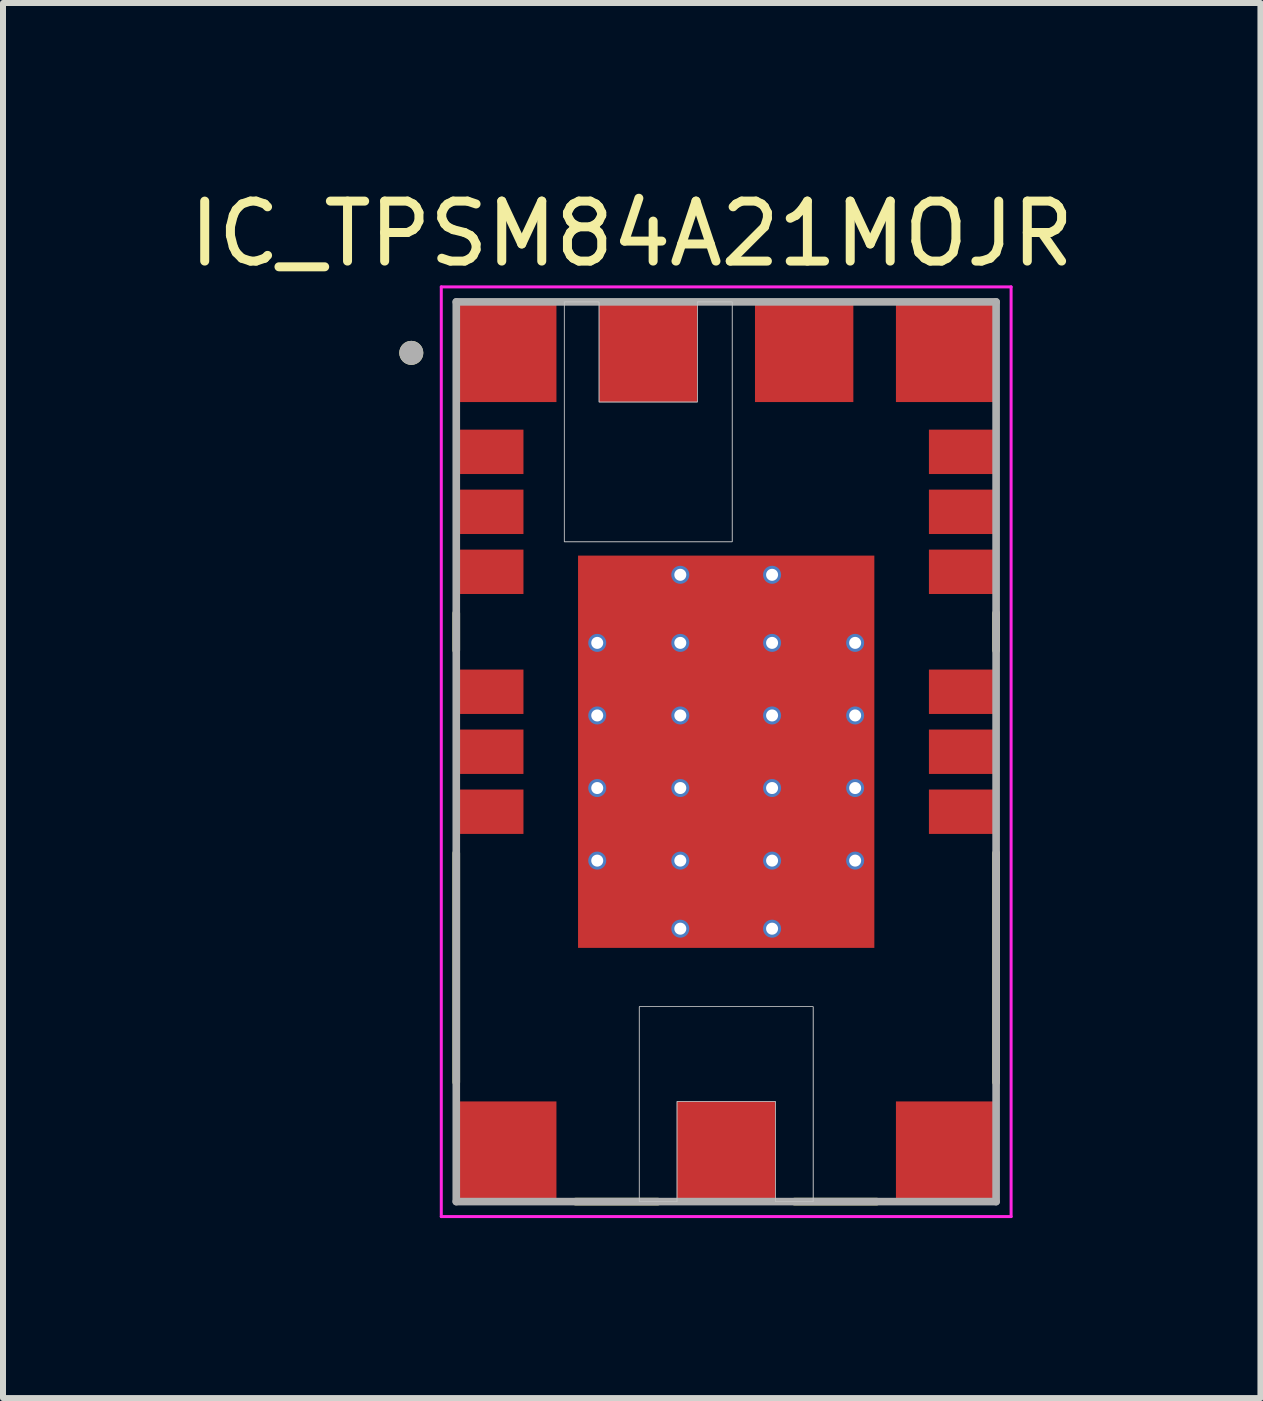
<source format=kicad_pcb>
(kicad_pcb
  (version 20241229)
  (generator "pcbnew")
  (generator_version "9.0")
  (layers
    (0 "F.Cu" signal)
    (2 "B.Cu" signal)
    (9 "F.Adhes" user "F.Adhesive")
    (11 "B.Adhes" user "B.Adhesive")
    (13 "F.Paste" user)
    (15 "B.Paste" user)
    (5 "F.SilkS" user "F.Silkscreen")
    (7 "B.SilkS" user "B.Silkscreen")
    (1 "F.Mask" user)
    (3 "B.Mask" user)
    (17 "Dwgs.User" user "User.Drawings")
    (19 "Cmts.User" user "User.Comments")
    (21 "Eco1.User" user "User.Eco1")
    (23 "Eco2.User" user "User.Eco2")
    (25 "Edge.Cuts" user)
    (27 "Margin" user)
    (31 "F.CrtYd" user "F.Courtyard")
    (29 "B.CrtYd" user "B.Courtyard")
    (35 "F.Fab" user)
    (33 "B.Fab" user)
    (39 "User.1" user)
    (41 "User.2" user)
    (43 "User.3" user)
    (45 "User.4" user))
  (footprint "IC_TPSM84A21MOJR"
    (layer "F.Cu")
    (at 9.057 9.483)
    (property "Reference" "IC_TPSM84A21MOJR" (at -1.575 -8.635 0) (layer "F.SilkS") (effects (font (size 1 1) (thickness 0.15))))
    (attr through_hole)
    (fp_poly (pts (xy -4.4 -7.4) (xy -2.9 -7.4) (xy -2.9 -5.9) (xy -4.4 -5.9)) (stroke (width 0.01) (type solid)) (fill yes) (layer "F.Mask"))
    (fp_poly (pts (xy -4.4 -5.3) (xy -3.45 -5.3) (xy -3.45 -4.7) (xy -4.4 -4.7)) (stroke (width 0.01) (type solid)) (fill yes) (layer "F.Mask"))
    (fp_poly (pts (xy -4.4 -4.3) (xy -3.45 -4.3) (xy -3.45 -3.7) (xy -4.4 -3.7)) (stroke (width 0.01) (type solid)) (fill yes) (layer "F.Mask"))
    (fp_poly (pts (xy -4.4 -3.3) (xy -3.45 -3.3) (xy -3.45 -2.7) (xy -4.4 -2.7)) (stroke (width 0.01) (type solid)) (fill yes) (layer "F.Mask"))
    (fp_poly (pts (xy -4.4 -1.3) (xy -3.45 -1.3) (xy -3.45 -0.7) (xy -4.4 -0.7)) (stroke (width 0.01) (type solid)) (fill yes) (layer "F.Mask"))
    (fp_poly (pts (xy -4.4 -0.3) (xy -3.45 -0.3) (xy -3.45 0.3) (xy -4.4 0.3)) (stroke (width 0.01) (type solid)) (fill yes) (layer "F.Mask"))
    (fp_poly (pts (xy -4.4 0.7) (xy -3.45 0.7) (xy -3.45 1.3) (xy -4.4 1.3)) (stroke (width 0.01) (type solid)) (fill yes) (layer "F.Mask"))
    (fp_poly (pts (xy -4.4 5.9) (xy -2.9 5.9) (xy -2.9 7.4) (xy -4.4 7.4)) (stroke (width 0.01) (type solid)) (fill yes) (layer "F.Mask"))
    (fp_poly (pts (xy -2.4 -3.2) (xy 2.4 -3.2) (xy 2.4 3.2) (xy -2.4 3.2)) (stroke (width 0.01) (type solid)) (fill yes) (layer "F.Mask"))
    (fp_poly (pts (xy -2.05 -7.4) (xy -0.55 -7.4) (xy -0.55 -5.9) (xy -2.05 -5.9)) (stroke (width 0.01) (type solid)) (fill yes) (layer "F.Mask"))
    (fp_poly (pts (xy -0.75 5.9) (xy 0.75 5.9) (xy 0.75 7.4) (xy -0.75 7.4)) (stroke (width 0.01) (type solid)) (fill yes) (layer "F.Mask"))
    (fp_poly (pts (xy 0.55 -7.4) (xy 2.05 -7.4) (xy 2.05 -5.9) (xy 0.55 -5.9)) (stroke (width 0.01) (type solid)) (fill yes) (layer "F.Mask"))
    (fp_poly (pts (xy 2.9 -7.4) (xy 4.4 -7.4) (xy 4.4 -5.9) (xy 2.9 -5.9)) (stroke (width 0.01) (type solid)) (fill yes) (layer "F.Mask"))
    (fp_poly (pts (xy 2.9 5.9) (xy 4.4 5.9) (xy 4.4 7.4) (xy 2.9 7.4)) (stroke (width 0.01) (type solid)) (fill yes) (layer "F.Mask"))
    (fp_poly (pts (xy 3.45 -5.3) (xy 4.4 -5.3) (xy 4.4 -4.7) (xy 3.45 -4.7)) (stroke (width 0.01) (type solid)) (fill yes) (layer "F.Mask"))
    (fp_poly (pts (xy 3.45 -4.3) (xy 4.4 -4.3) (xy 4.4 -3.7) (xy 3.45 -3.7)) (stroke (width 0.01) (type solid)) (fill yes) (layer "F.Mask"))
    (fp_poly (pts (xy 3.45 -3.3) (xy 4.4 -3.3) (xy 4.4 -2.7) (xy 3.45 -2.7)) (stroke (width 0.01) (type solid)) (fill yes) (layer "F.Mask"))
    (fp_poly (pts (xy 3.45 -1.3) (xy 4.4 -1.3) (xy 4.4 -0.7) (xy 3.45 -0.7)) (stroke (width 0.01) (type solid)) (fill yes) (layer "F.Mask"))
    (fp_poly (pts (xy 3.45 -0.3) (xy 4.4 -0.3) (xy 4.4 0.3) (xy 3.45 0.3)) (stroke (width 0.01) (type solid)) (fill yes) (layer "F.Mask"))
    (fp_poly (pts (xy 3.45 0.7) (xy 4.4 0.7) (xy 4.4 1.3) (xy 3.45 1.3)) (stroke (width 0.01) (type solid)) (fill yes) (layer "F.Mask"))
    (fp_line (start -4.5 -1.69) (end -4.5 -2.31) (stroke (width 0.127) (type solid)) (layer "F.SilkS"))
    (fp_line (start -4.5 1.69) (end -4.5 5.51) (stroke (width 0.127) (type solid)) (layer "F.SilkS"))
    (fp_line (start -2.51 7.5) (end -1.14 7.5) (stroke (width 0.127) (type solid)) (layer "F.SilkS"))
    (fp_line (start 1.14 7.5) (end 2.51 7.5) (stroke (width 0.127) (type solid)) (layer "F.SilkS"))
    (fp_line (start 4.5 -2.31) (end 4.5 -1.69) (stroke (width 0.127) (type solid)) (layer "F.SilkS"))
    (fp_line (start 4.5 5.51) (end 4.5 1.69) (stroke (width 0.127) (type solid)) (layer "F.SilkS"))
    (fp_circle (center -5.25 -6.65) (end -5.15 -6.65) (stroke (width 0.2) (type solid)) (fill no) (layer "F.SilkS"))
    (fp_poly (pts (xy -4.4 -5.3) (xy -3.45 -5.3) (xy -3.45 -4.7) (xy -4.4 -4.7)) (stroke (width 0.01) (type solid)) (fill yes) (layer "F.Paste"))
    (fp_poly (pts (xy -4.4 -4.3) (xy -3.45 -4.3) (xy -3.45 -3.7) (xy -4.4 -3.7)) (stroke (width 0.01) (type solid)) (fill yes) (layer "F.Paste"))
    (fp_poly (pts (xy -4.4 -3.3) (xy -3.45 -3.3) (xy -3.45 -2.7) (xy -4.4 -2.7)) (stroke (width 0.01) (type solid)) (fill yes) (layer "F.Paste"))
    (fp_poly (pts (xy -4.4 -1.3) (xy -3.45 -1.3) (xy -3.45 -0.7) (xy -4.4 -0.7)) (stroke (width 0.01) (type solid)) (fill yes) (layer "F.Paste"))
    (fp_poly (pts (xy -4.4 -0.3) (xy -3.45 -0.3) (xy -3.45 0.3) (xy -4.4 0.3)) (stroke (width 0.01) (type solid)) (fill yes) (layer "F.Paste"))
    (fp_poly (pts (xy -4.4 0.7) (xy -3.45 0.7) (xy -3.45 1.3) (xy -4.4 1.3)) (stroke (width 0.01) (type solid)) (fill yes) (layer "F.Paste"))
    (fp_poly (pts (xy -4.36 -7.36) (xy -2.94 -7.36) (xy -2.94 -5.94) (xy -4.36 -5.94)) (stroke (width 0.01) (type solid)) (fill yes) (layer "F.Paste"))
    (fp_poly (pts (xy -4.36 5.94) (xy -2.94 5.94) (xy -2.94 7.36) (xy -4.36 7.36)) (stroke (width 0.01) (type solid)) (fill yes) (layer "F.Paste"))
    (fp_poly (pts (xy -2.195 -2.925) (xy -0.865 -2.925) (xy -0.865 -1.915) (xy -2.195 -1.915)) (stroke (width 0.01) (type solid)) (fill yes) (layer "F.Paste"))
    (fp_poly (pts (xy -2.195 -1.715) (xy -0.865 -1.715) (xy -0.865 -0.705) (xy -2.195 -0.705)) (stroke (width 0.01) (type solid)) (fill yes) (layer "F.Paste"))
    (fp_poly (pts (xy -2.195 -0.505) (xy -0.865 -0.505) (xy -0.865 0.505) (xy -2.195 0.505)) (stroke (width 0.01) (type solid)) (fill yes) (layer "F.Paste"))
    (fp_poly (pts (xy -2.195 0.705) (xy -0.865 0.705) (xy -0.865 1.715) (xy -2.195 1.715)) (stroke (width 0.01) (type solid)) (fill yes) (layer "F.Paste"))
    (fp_poly (pts (xy -2.195 1.915) (xy -0.865 1.915) (xy -0.865 2.925) (xy -2.195 2.925)) (stroke (width 0.01) (type solid)) (fill yes) (layer "F.Paste"))
    (fp_poly (pts (xy -2.01 -7.36) (xy -0.59 -7.36) (xy -0.59 -5.94) (xy -2.01 -5.94)) (stroke (width 0.01) (type solid)) (fill yes) (layer "F.Paste"))
    (fp_poly (pts (xy -0.71 5.94) (xy 0.71 5.94) (xy 0.71 7.36) (xy -0.71 7.36)) (stroke (width 0.01) (type solid)) (fill yes) (layer "F.Paste"))
    (fp_poly (pts (xy -0.665 -2.925) (xy 0.665 -2.925) (xy 0.665 -1.915) (xy -0.665 -1.915)) (stroke (width 0.01) (type solid)) (fill yes) (layer "F.Paste"))
    (fp_poly (pts (xy -0.665 -1.715) (xy 0.665 -1.715) (xy 0.665 -0.705) (xy -0.665 -0.705)) (stroke (width 0.01) (type solid)) (fill yes) (layer "F.Paste"))
    (fp_poly (pts (xy -0.665 -0.505) (xy 0.665 -0.505) (xy 0.665 0.505) (xy -0.665 0.505)) (stroke (width 0.01) (type solid)) (fill yes) (layer "F.Paste"))
    (fp_poly (pts (xy -0.665 0.705) (xy 0.665 0.705) (xy 0.665 1.715) (xy -0.665 1.715)) (stroke (width 0.01) (type solid)) (fill yes) (layer "F.Paste"))
    (fp_poly (pts (xy -0.665 1.915) (xy 0.665 1.915) (xy 0.665 2.925) (xy -0.665 2.925)) (stroke (width 0.01) (type solid)) (fill yes) (layer "F.Paste"))
    (fp_poly (pts (xy 0.59 -7.36) (xy 2.01 -7.36) (xy 2.01 -5.94) (xy 0.59 -5.94)) (stroke (width 0.01) (type solid)) (fill yes) (layer "F.Paste"))
    (fp_poly (pts (xy 0.865 -2.925) (xy 2.195 -2.925) (xy 2.195 -1.915) (xy 0.865 -1.915)) (stroke (width 0.01) (type solid)) (fill yes) (layer "F.Paste"))
    (fp_poly (pts (xy 0.865 -1.715) (xy 2.195 -1.715) (xy 2.195 -0.705) (xy 0.865 -0.705)) (stroke (width 0.01) (type solid)) (fill yes) (layer "F.Paste"))
    (fp_poly (pts (xy 0.865 -0.505) (xy 2.195 -0.505) (xy 2.195 0.505) (xy 0.865 0.505)) (stroke (width 0.01) (type solid)) (fill yes) (layer "F.Paste"))
    (fp_poly (pts (xy 0.865 0.705) (xy 2.195 0.705) (xy 2.195 1.715) (xy 0.865 1.715)) (stroke (width 0.01) (type solid)) (fill yes) (layer "F.Paste"))
    (fp_poly (pts (xy 0.865 1.915) (xy 2.195 1.915) (xy 2.195 2.925) (xy 0.865 2.925)) (stroke (width 0.01) (type solid)) (fill yes) (layer "F.Paste"))
    (fp_poly (pts (xy 2.94 -7.36) (xy 4.36 -7.36) (xy 4.36 -5.94) (xy 2.94 -5.94)) (stroke (width 0.01) (type solid)) (fill yes) (layer "F.Paste"))
    (fp_poly (pts (xy 2.94 5.94) (xy 4.36 5.94) (xy 4.36 7.36) (xy 2.94 7.36)) (stroke (width 0.01) (type solid)) (fill yes) (layer "F.Paste"))
    (fp_poly (pts (xy 3.45 -5.3) (xy 4.4 -5.3) (xy 4.4 -4.7) (xy 3.45 -4.7)) (stroke (width 0.01) (type solid)) (fill yes) (layer "F.Paste"))
    (fp_poly (pts (xy 3.45 -4.3) (xy 4.4 -4.3) (xy 4.4 -3.7) (xy 3.45 -3.7)) (stroke (width 0.01) (type solid)) (fill yes) (layer "F.Paste"))
    (fp_poly (pts (xy 3.45 -3.3) (xy 4.4 -3.3) (xy 4.4 -2.7) (xy 3.45 -2.7)) (stroke (width 0.01) (type solid)) (fill yes) (layer "F.Paste"))
    (fp_poly (pts (xy 3.45 -1.3) (xy 4.4 -1.3) (xy 4.4 -0.7) (xy 3.45 -0.7)) (stroke (width 0.01) (type solid)) (fill yes) (layer "F.Paste"))
    (fp_poly (pts (xy 3.45 -0.3) (xy 4.4 -0.3) (xy 4.4 0.3) (xy 3.45 0.3)) (stroke (width 0.01) (type solid)) (fill yes) (layer "F.Paste"))
    (fp_poly (pts (xy 3.45 0.7) (xy 4.4 0.7) (xy 4.4 1.3) (xy 3.45 1.3)) (stroke (width 0.01) (type solid)) (fill yes) (layer "F.Paste"))
    (fp_poly (pts (xy -2.7 -7.5) (xy -2.7 -3.5) (xy 0.1 -3.5) (xy 0.1 -7.5) (xy -0.48 -7.5) (xy -0.48 -5.83) (xy -2.12 -5.83) (xy -2.12 -7.5)) (stroke (width 0.01) (type solid)) (fill no) (layer "Dwgs.User"))
    (fp_poly (pts (xy -2.7 -7.5) (xy -2.7 -3.5) (xy 0.1 -3.5) (xy 0.1 -7.5) (xy -0.48 -7.5) (xy -0.48 -5.83) (xy -2.12 -5.83) (xy -2.12 -7.5)) (stroke (width 0.01) (type solid)) (fill no) (layer "Dwgs.User"))
    (fp_poly (pts (xy -1.45 7.5) (xy -1.45 4.25) (xy 1.45 4.25) (xy 1.45 7.5) (xy 0.82 7.5) (xy 0.82 5.83) (xy -0.82 5.83) (xy -0.82 7.5)) (stroke (width 0.01) (type solid)) (fill no) (layer "Dwgs.User"))
    (fp_poly (pts (xy -1.45 7.5) (xy -1.45 4.25) (xy 1.45 4.25) (xy 1.45 7.5) (xy 0.82 7.5) (xy 0.82 5.83) (xy -0.82 5.83) (xy -0.82 7.5)) (stroke (width 0.01) (type solid)) (fill no) (layer "Dwgs.User"))
    (fp_line (start -4.75 -7.75) (end -4.75 7.75) (stroke (width 0.05) (type solid)) (layer "F.CrtYd"))
    (fp_line (start -4.75 7.75) (end 4.75 7.75) (stroke (width 0.05) (type solid)) (layer "F.CrtYd"))
    (fp_line (start 4.75 -7.75) (end -4.75 -7.75) (stroke (width 0.05) (type solid)) (layer "F.CrtYd"))
    (fp_line (start 4.75 7.75) (end 4.75 -7.75) (stroke (width 0.05) (type solid)) (layer "F.CrtYd"))
    (fp_line (start -4.5 -7.5) (end 4.5 -7.5) (stroke (width 0.127) (type solid)) (layer "F.Fab"))
    (fp_line (start -4.5 7.5) (end -4.5 -7.5) (stroke (width 0.127) (type solid)) (layer "F.Fab"))
    (fp_line (start 4.5 -7.5) (end 4.5 7.5) (stroke (width 0.127) (type solid)) (layer "F.Fab"))
    (fp_line (start 4.5 7.5) (end -4.5 7.5) (stroke (width 0.127) (type solid)) (layer "F.Fab"))
    (fp_circle (center -5.25 -6.65) (end -5.15 -6.65) (stroke (width 0.2) (type solid)) (fill no) (layer "F.Fab"))
    (pad "1" smd rect (at -3.65 -6.65) (size 1.64 1.64) (layers "F.Cu"))
    (pad "2" smd rect (at -3.925 -5) (size 1.09 0.74) (layers "F.Cu"))
    (pad "3" smd rect (at -3.925 -4) (size 1.09 0.74) (layers "F.Cu"))
    (pad "4" smd rect (at -3.925 -3) (size 1.09 0.74) (layers "F.Cu"))
    (pad "5" smd rect (at -3.925 -1) (size 1.09 0.74) (layers "F.Cu"))
    (pad "6" smd rect (at -3.925 0) (size 1.09 0.74) (layers "F.Cu"))
    (pad "7" smd rect (at -3.925 1) (size 1.09 0.74) (layers "F.Cu"))
    (pad "8" smd rect (at -3.65 6.65) (size 1.64 1.64) (layers "F.Cu"))
    (pad "9" smd rect (at 0 6.65) (size 1.64 1.64) (layers "F.Cu"))
    (pad "10" smd rect (at 3.65 6.65) (size 1.64 1.64) (layers "F.Cu"))
    (pad "11" smd rect (at 3.925 1) (size 1.09 0.74) (layers "F.Cu"))
    (pad "12" smd rect (at 3.925 0) (size 1.09 0.74) (layers "F.Cu"))
    (pad "13" smd rect (at 3.925 -1) (size 1.09 0.74) (layers "F.Cu"))
    (pad "14" smd rect (at 3.925 -3) (size 1.09 0.74) (layers "F.Cu"))
    (pad "15" smd rect (at 3.925 -4) (size 1.09 0.74) (layers "F.Cu"))
    (pad "16" smd rect (at 3.925 -5) (size 1.09 0.74) (layers "F.Cu"))
    (pad "17" smd rect (at 3.65 -6.65) (size 1.64 1.64) (layers "F.Cu"))
    (pad "18" smd rect (at 1.3 -6.65) (size 1.64 1.64) (layers "F.Cu"))
    (pad "19" smd rect (at -1.3 -6.65) (size 1.64 1.64) (layers "F.Cu"))
    (pad "20" smd rect (at 0 0) (size 4.94 6.54) (layers "F.Cu"))
    (pad "21" thru_hole circle (at -0.765 -2.95) (size 0.3 0.3) (drill 0.2) (layers "*.Cu"))
    (pad "22" thru_hole circle (at 0.765 -2.95) (size 0.3 0.3) (drill 0.2) (layers "*.Cu"))
    (pad "23" thru_hole circle (at -2.15 -1.815) (size 0.3 0.3) (drill 0.2) (layers "*.Cu"))
    (pad "24" thru_hole circle (at -0.765 -1.815) (size 0.3 0.3) (drill 0.2) (layers "*.Cu"))
    (pad "25" thru_hole circle (at 0.765 -1.815) (size 0.3 0.3) (drill 0.2) (layers "*.Cu"))
    (pad "26" thru_hole circle (at 2.15 -1.815) (size 0.3 0.3) (drill 0.2) (layers "*.Cu"))
    (pad "27" thru_hole circle (at -2.15 -0.605) (size 0.3 0.3) (drill 0.2) (layers "*.Cu"))
    (pad "28" thru_hole circle (at -0.765 -0.605) (size 0.3 0.3) (drill 0.2) (layers "*.Cu"))
    (pad "29" thru_hole circle (at 0.765 -0.605) (size 0.3 0.3) (drill 0.2) (layers "*.Cu"))
    (pad "30" thru_hole circle (at 2.15 -0.605) (size 0.3 0.3) (drill 0.2) (layers "*.Cu"))
    (pad "31" thru_hole circle (at -2.15 0.605) (size 0.3 0.3) (drill 0.2) (layers "*.Cu"))
    (pad "32" thru_hole circle (at -0.765 0.605) (size 0.3 0.3) (drill 0.2) (layers "*.Cu"))
    (pad "33" thru_hole circle (at 0.765 0.605) (size 0.3 0.3) (drill 0.2) (layers "*.Cu"))
    (pad "34" thru_hole circle (at 2.15 0.605) (size 0.3 0.3) (drill 0.2) (layers "*.Cu"))
    (pad "35" thru_hole circle (at -2.15 1.815) (size 0.3 0.3) (drill 0.2) (layers "*.Cu"))
    (pad "36" thru_hole circle (at -0.765 1.815) (size 0.3 0.3) (drill 0.2) (layers "*.Cu"))
    (pad "37" thru_hole circle (at 0.765 1.815) (size 0.3 0.3) (drill 0.2) (layers "*.Cu"))
    (pad "38" thru_hole circle (at 2.15 1.815) (size 0.3 0.3) (drill 0.2) (layers "*.Cu"))
    (pad "39" thru_hole circle (at -0.765 2.95) (size 0.3 0.3) (drill 0.2) (layers "*.Cu"))
    (pad "40" thru_hole circle (at 0.765 2.95) (size 0.3 0.3) (drill 0.2) (layers "*.Cu")))
  (gr_rect
    (start -3 -3)
    (end 17.964 20.258)
    (stroke (width 0.1) (type default))
    (fill no)
    (layer "Edge.Cuts")))
</source>
